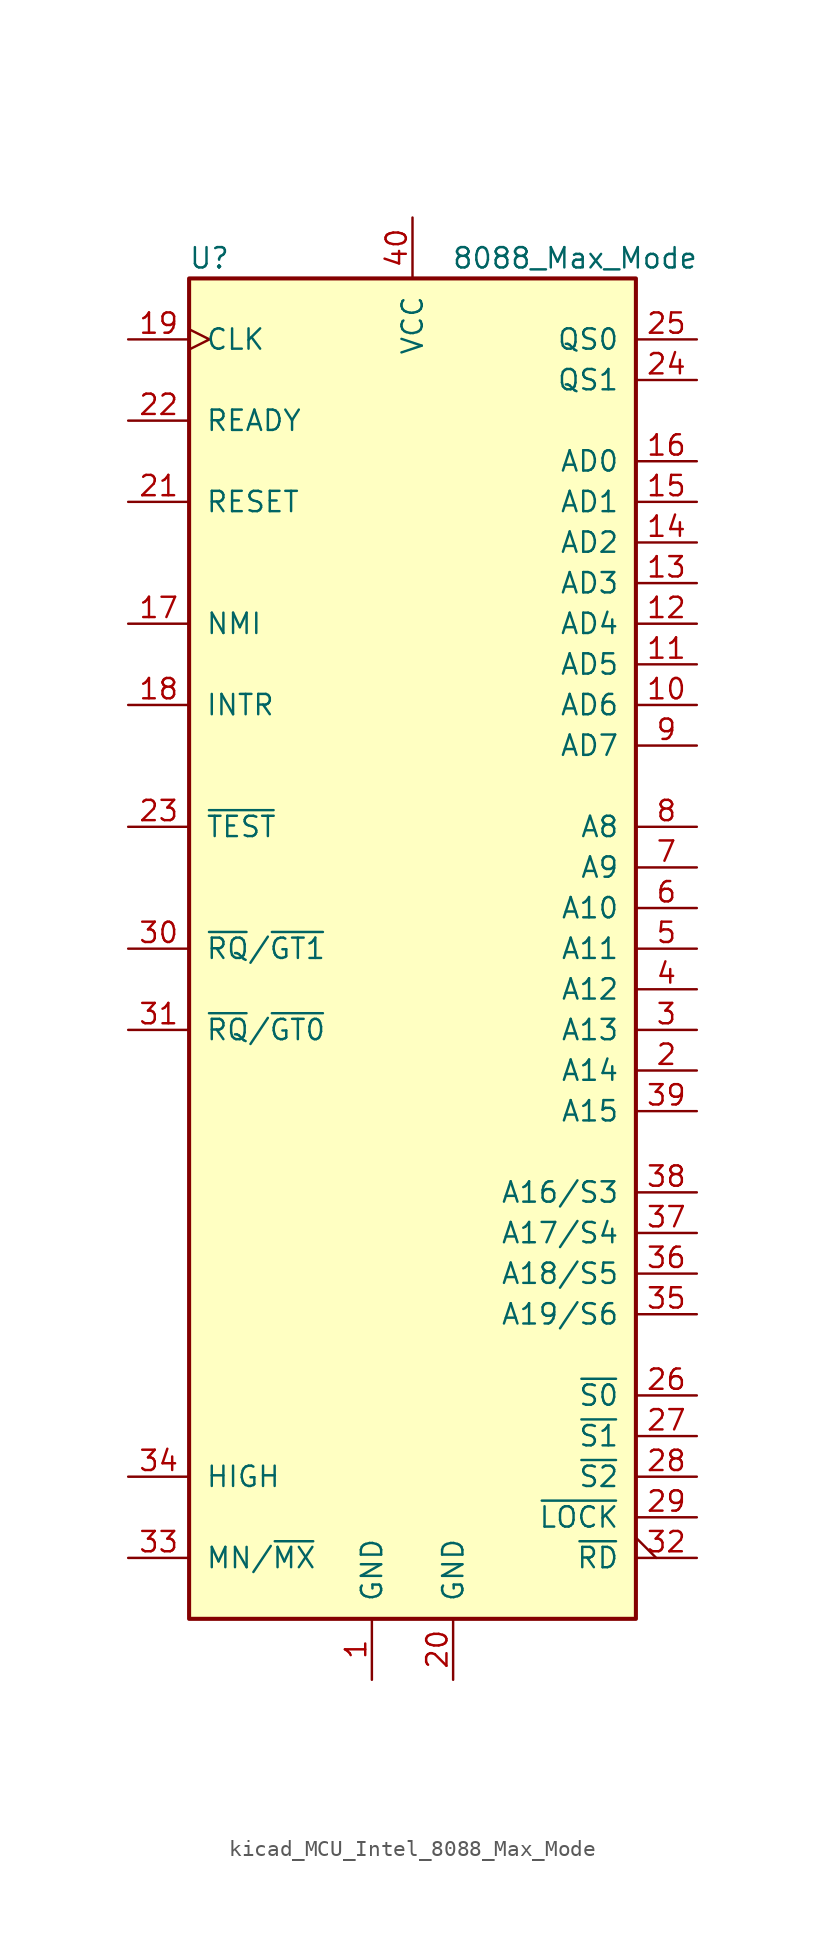
<source format=kicad_sym>
(kicad_symbol_lib
  (version 20220914)
  (generator kicad_symbol_editor)
  (symbol "kicad_MCU_Intel_8088_Max_Mode"
    (pin_names
      (offset 1.016))
    (property "Reference" "U"
      (at -12.7 43.18 0)
      (effects (font (size 1.27 1.27))))
    (property "Value" "8088_Max_Mode"
      (at 10.16 43.18 0)
      (effects (font (size 1.27 1.27))))
    (symbol "kicad_MCU_Intel_8088_Max_Mode_0_1"
      (rectangle (start 13.97 -41.91) (end -13.97 41.91) (stroke (width 0.254) (type default)) (fill (type background))))
    (symbol "kicad_MCU_Intel_8088_Max_Mode_1_1"
      (pin power_in line (at -2.54 -45.72 90) (length 3.81) (name "GND" (effects (font (size 1.27 1.27)))) (number "1" (effects (font (size 1.27 1.27)))))
      (pin bidirectional line (at 17.78 15.24 180) (length 3.81) (name "AD6" (effects (font (size 1.27 1.27)))) (number "10" (effects (font (size 1.27 1.27)))))
      (pin bidirectional line (at 17.78 17.78 180) (length 3.81) (name "AD5" (effects (font (size 1.27 1.27)))) (number "11" (effects (font (size 1.27 1.27)))))
      (pin bidirectional line (at 17.78 20.32 180) (length 3.81) (name "AD4" (effects (font (size 1.27 1.27)))) (number "12" (effects (font (size 1.27 1.27)))))
      (pin bidirectional line (at 17.78 22.86 180) (length 3.81) (name "AD3" (effects (font (size 1.27 1.27)))) (number "13" (effects (font (size 1.27 1.27)))))
      (pin bidirectional line (at 17.78 25.4 180) (length 3.81) (name "AD2" (effects (font (size 1.27 1.27)))) (number "14" (effects (font (size 1.27 1.27)))))
      (pin bidirectional line (at 17.78 27.94 180) (length 3.81) (name "AD1" (effects (font (size 1.27 1.27)))) (number "15" (effects (font (size 1.27 1.27)))))
      (pin bidirectional line (at 17.78 30.48 180) (length 3.81) (name "AD0" (effects (font (size 1.27 1.27)))) (number "16" (effects (font (size 1.27 1.27)))))
      (pin input line (at -17.78 20.32 0) (length 3.81) (name "NMI" (effects (font (size 1.27 1.27)))) (number "17" (effects (font (size 1.27 1.27)))))
      (pin input line (at -17.78 15.24 0) (length 3.81) (name "INTR" (effects (font (size 1.27 1.27)))) (number "18" (effects (font (size 1.27 1.27)))))
      (pin input clock (at -17.78 38.1 0) (length 3.81) (name "CLK" (effects (font (size 1.27 1.27)))) (number "19" (effects (font (size 1.27 1.27)))))
      (pin output line (at 17.78 -7.62 180) (length 3.81) (name "A14" (effects (font (size 1.27 1.27)))) (number "2" (effects (font (size 1.27 1.27)))))
      (pin power_in line (at 2.54 -45.72 90) (length 3.81) (name "GND" (effects (font (size 1.27 1.27)))) (number "20" (effects (font (size 1.27 1.27)))))
      (pin input line (at -17.78 27.94 0) (length 3.81) (name "RESET" (effects (font (size 1.27 1.27)))) (number "21" (effects (font (size 1.27 1.27)))))
      (pin input line (at -17.78 33.02 0) (length 3.81) (name "READY" (effects (font (size 1.27 1.27)))) (number "22" (effects (font (size 1.27 1.27)))))
      (pin input line (at -17.78 7.62 0) (length 3.81) (name "~{TEST}" (effects (font (size 1.27 1.27)))) (number "23" (effects (font (size 1.27 1.27)))))
      (pin output line (at 17.78 35.56 180) (length 3.81) (name "QS1" (effects (font (size 1.27 1.27)))) (number "24" (effects (font (size 1.27 1.27)))))
      (pin output line (at 17.78 38.1 180) (length 3.81) (name "QS0" (effects (font (size 1.27 1.27)))) (number "25" (effects (font (size 1.27 1.27)))))
      (pin output line (at 17.78 -27.94 180) (length 3.81) (name "~{S0}" (effects (font (size 1.27 1.27)))) (number "26" (effects (font (size 1.27 1.27)))))
      (pin output line (at 17.78 -30.48 180) (length 3.81) (name "~{S1}" (effects (font (size 1.27 1.27)))) (number "27" (effects (font (size 1.27 1.27)))))
      (pin output line (at 17.78 -33.02 180) (length 3.81) (name "~{S2}" (effects (font (size 1.27 1.27)))) (number "28" (effects (font (size 1.27 1.27)))))
      (pin output line (at 17.78 -35.56 180) (length 3.81) (name "~{LOCK}" (effects (font (size 1.27 1.27)))) (number "29" (effects (font (size 1.27 1.27)))))
      (pin output line (at 17.78 -5.08 180) (length 3.81) (name "A13" (effects (font (size 1.27 1.27)))) (number "3" (effects (font (size 1.27 1.27)))))
      (pin bidirectional line (at -17.78 0 0) (length 3.81) (name "~{RQ}/~{GT1}" (effects (font (size 1.27 1.27)))) (number "30" (effects (font (size 1.27 1.27)))))
      (pin bidirectional line (at -17.78 -5.08 0) (length 3.81) (name "~{RQ}/~{GT0}" (effects (font (size 1.27 1.27)))) (number "31" (effects (font (size 1.27 1.27)))))
      (pin output output_low (at 17.78 -38.1 180) (length 3.81) (name "~{RD}" (effects (font (size 1.27 1.27)))) (number "32" (effects (font (size 1.27 1.27)))))
      (pin input line (at -17.78 -38.1 0) (length 3.81) (name "MN/~{MX}" (effects (font (size 1.27 1.27)))) (number "33" (effects (font (size 1.27 1.27)))))
      (pin output line (at -17.78 -33.02 0) (length 3.81) (name "HIGH" (effects (font (size 1.27 1.27)))) (number "34" (effects (font (size 1.27 1.27)))))
      (pin output line (at 17.78 -22.86 180) (length 3.81) (name "A19/S6" (effects (font (size 1.27 1.27)))) (number "35" (effects (font (size 1.27 1.27)))))
      (pin output line (at 17.78 -20.32 180) (length 3.81) (name "A18/S5" (effects (font (size 1.27 1.27)))) (number "36" (effects (font (size 1.27 1.27)))))
      (pin output line (at 17.78 -17.78 180) (length 3.81) (name "A17/S4" (effects (font (size 1.27 1.27)))) (number "37" (effects (font (size 1.27 1.27)))))
      (pin output line (at 17.78 -15.24 180) (length 3.81) (name "A16/S3" (effects (font (size 1.27 1.27)))) (number "38" (effects (font (size 1.27 1.27)))))
      (pin output line (at 17.78 -10.16 180) (length 3.81) (name "A15" (effects (font (size 1.27 1.27)))) (number "39" (effects (font (size 1.27 1.27)))))
      (pin output line (at 17.78 -2.54 180) (length 3.81) (name "A12" (effects (font (size 1.27 1.27)))) (number "4" (effects (font (size 1.27 1.27)))))
      (pin power_in line (at 0 45.72 270) (length 3.81) (name "VCC" (effects (font (size 1.27 1.27)))) (number "40" (effects (font (size 1.27 1.27)))))
      (pin output line (at 17.78 0 180) (length 3.81) (name "A11" (effects (font (size 1.27 1.27)))) (number "5" (effects (font (size 1.27 1.27)))))
      (pin output line (at 17.78 2.54 180) (length 3.81) (name "A10" (effects (font (size 1.27 1.27)))) (number "6" (effects (font (size 1.27 1.27)))))
      (pin output line (at 17.78 5.08 180) (length 3.81) (name "A9" (effects (font (size 1.27 1.27)))) (number "7" (effects (font (size 1.27 1.27)))))
      (pin output line (at 17.78 7.62 180) (length 3.81) (name "A8" (effects (font (size 1.27 1.27)))) (number "8" (effects (font (size 1.27 1.27)))))
      (pin bidirectional line (at 17.78 12.7 180) (length 3.81) (name "AD7" (effects (font (size 1.27 1.27)))) (number "9" (effects (font (size 1.27 1.27))))))))
</source>
